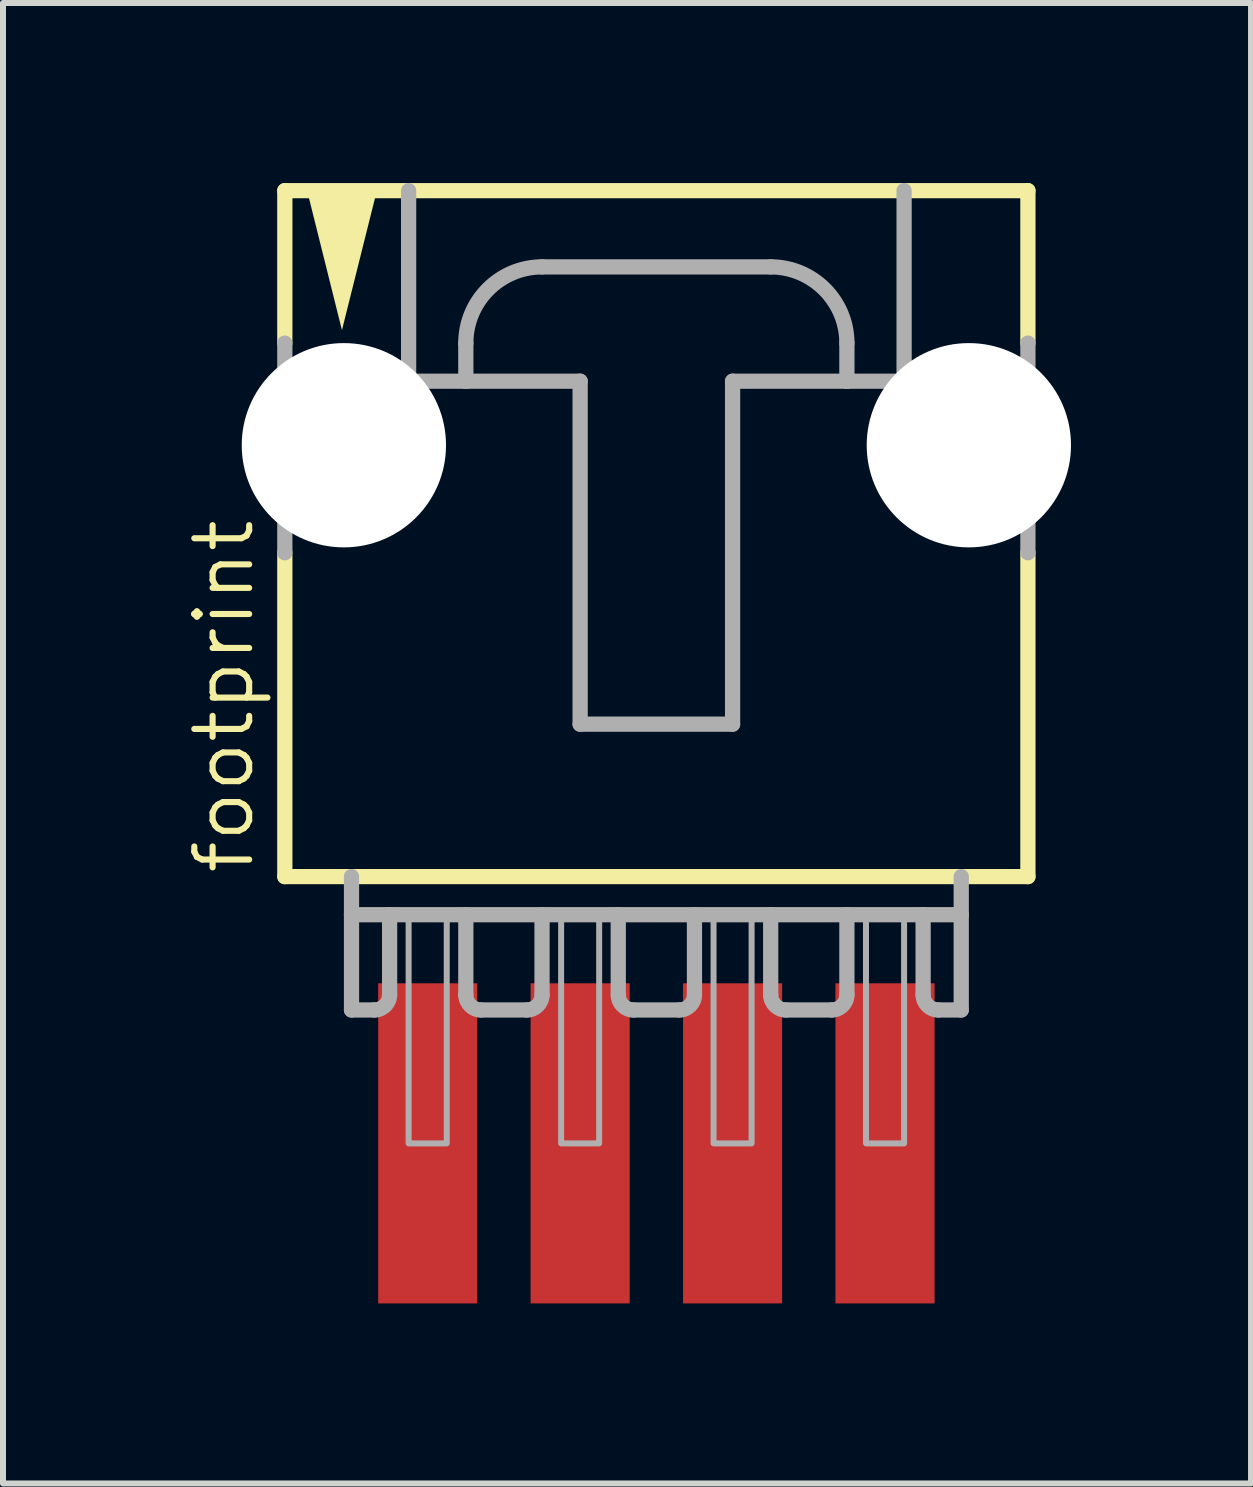
<source format=kicad_pcb>
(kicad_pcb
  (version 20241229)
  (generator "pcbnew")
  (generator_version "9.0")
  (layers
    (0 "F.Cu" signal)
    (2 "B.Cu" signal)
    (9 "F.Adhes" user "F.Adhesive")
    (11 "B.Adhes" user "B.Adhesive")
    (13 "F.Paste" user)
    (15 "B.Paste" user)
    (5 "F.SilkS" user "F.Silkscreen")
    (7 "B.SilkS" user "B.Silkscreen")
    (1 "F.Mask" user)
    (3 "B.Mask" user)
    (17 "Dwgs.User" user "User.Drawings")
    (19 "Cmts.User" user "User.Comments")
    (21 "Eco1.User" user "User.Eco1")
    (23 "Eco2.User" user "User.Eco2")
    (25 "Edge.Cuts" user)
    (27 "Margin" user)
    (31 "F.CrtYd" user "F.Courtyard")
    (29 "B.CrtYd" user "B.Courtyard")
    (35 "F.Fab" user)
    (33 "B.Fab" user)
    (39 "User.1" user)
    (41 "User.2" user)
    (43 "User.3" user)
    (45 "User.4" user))
  (footprint "footprint"
    (layer "F.Cu")
    (at 7.887 5.207)
    (property "Reference" "footprint" (at -6.668 6.35 90) (layer "F.SilkS") (effects (font (size 0.914 0.914) (thickness 0.102)) (justify left bottom)))
    (fp_line (start -6.191 -5.08) (end -6.191 -2.54) (stroke (width 0.254) (type solid)) (layer "F.SilkS"))
    (fp_line (start -6.191 0.953) (end -6.191 6.35) (stroke (width 0.254) (type solid)) (layer "F.SilkS"))
    (fp_line (start -6.191 6.35) (end 6.191 6.35) (stroke (width 0.254) (type solid)) (layer "F.SilkS"))
    (fp_line (start 6.191 -5.08) (end -6.191 -5.08) (stroke (width 0.254) (type solid)) (layer "F.SilkS"))
    (fp_line (start 6.191 -2.54) (end 6.191 -5.08) (stroke (width 0.254) (type solid)) (layer "F.SilkS"))
    (fp_line (start 6.191 6.35) (end 6.191 0.953) (stroke (width 0.254) (type solid)) (layer "F.SilkS"))
    (fp_poly (pts (xy -5.239 -2.756) (xy -5.845 -5.182) (xy -4.632 -5.182)) (stroke (width 0) (type solid)) (fill yes) (layer "F.SilkS"))
    (fp_line (start -6.191 -2.54) (end -6.191 0.953) (stroke (width 0.254) (type solid)) (layer "F.Fab"))
    (fp_line (start -5.08 6.35) (end -5.08 8.572) (stroke (width 0.254) (type solid)) (layer "F.Fab"))
    (fp_line (start -5.08 6.985) (end -4.445 6.985) (stroke (width 0.254) (type solid)) (layer "F.Fab"))
    (fp_line (start -4.699 8.572) (end -5.08 8.572) (stroke (width 0.254) (type solid)) (layer "F.Fab"))
    (fp_line (start -4.445 6.985) (end -4.445 8.319) (stroke (width 0.254) (type solid)) (layer "F.Fab"))
    (fp_line (start -4.445 6.985) (end -3.175 6.985) (stroke (width 0.254) (type solid)) (layer "F.Fab"))
    (fp_line (start -4.128 -5.08) (end -4.128 -1.905) (stroke (width 0.254) (type solid)) (layer "F.Fab"))
    (fp_line (start -4.128 -1.905) (end -3.175 -1.905) (stroke (width 0.254) (type solid)) (layer "F.Fab"))
    (fp_line (start -3.175 -1.905) (end -3.175 -2.54) (stroke (width 0.254) (type solid)) (layer "F.Fab"))
    (fp_line (start -3.175 -1.905) (end -1.27 -1.905) (stroke (width 0.254) (type solid)) (layer "F.Fab"))
    (fp_line (start -3.175 6.985) (end -3.175 8.319) (stroke (width 0.254) (type solid)) (layer "F.Fab"))
    (fp_line (start -3.175 6.985) (end -1.905 6.985) (stroke (width 0.254) (type solid)) (layer "F.Fab"))
    (fp_line (start -2.159 8.572) (end -2.921 8.572) (stroke (width 0.254) (type solid)) (layer "F.Fab"))
    (fp_line (start -1.905 -3.81) (end 1.905 -3.81) (stroke (width 0.254) (type solid)) (layer "F.Fab"))
    (fp_line (start -1.905 6.985) (end -1.905 8.319) (stroke (width 0.254) (type solid)) (layer "F.Fab"))
    (fp_line (start -1.905 6.985) (end -0.635 6.985) (stroke (width 0.254) (type solid)) (layer "F.Fab"))
    (fp_line (start -1.27 -1.905) (end -1.27 3.81) (stroke (width 0.254) (type solid)) (layer "F.Fab"))
    (fp_line (start -1.27 3.81) (end 1.27 3.81) (stroke (width 0.254) (type solid)) (layer "F.Fab"))
    (fp_line (start -0.635 6.985) (end -0.635 8.319) (stroke (width 0.254) (type solid)) (layer "F.Fab"))
    (fp_line (start -0.635 6.985) (end 0.635 6.985) (stroke (width 0.254) (type solid)) (layer "F.Fab"))
    (fp_line (start 0.381 8.572) (end -0.381 8.572) (stroke (width 0.254) (type solid)) (layer "F.Fab"))
    (fp_line (start 0.635 6.985) (end 0.635 8.319) (stroke (width 0.254) (type solid)) (layer "F.Fab"))
    (fp_line (start 0.635 6.985) (end 1.905 6.985) (stroke (width 0.254) (type solid)) (layer "F.Fab"))
    (fp_line (start 1.27 -1.905) (end 3.175 -1.905) (stroke (width 0.254) (type solid)) (layer "F.Fab"))
    (fp_line (start 1.27 3.81) (end 1.27 -1.905) (stroke (width 0.254) (type solid)) (layer "F.Fab"))
    (fp_line (start 1.905 6.985) (end 1.905 8.319) (stroke (width 0.254) (type solid)) (layer "F.Fab"))
    (fp_line (start 1.905 6.985) (end 3.175 6.985) (stroke (width 0.254) (type solid)) (layer "F.Fab"))
    (fp_line (start 2.921 8.572) (end 2.159 8.572) (stroke (width 0.254) (type solid)) (layer "F.Fab"))
    (fp_line (start 3.175 -2.54) (end 3.175 -1.905) (stroke (width 0.254) (type solid)) (layer "F.Fab"))
    (fp_line (start 3.175 -1.905) (end 4.128 -1.905) (stroke (width 0.254) (type solid)) (layer "F.Fab"))
    (fp_line (start 3.175 6.985) (end 3.175 8.319) (stroke (width 0.254) (type solid)) (layer "F.Fab"))
    (fp_line (start 3.175 6.985) (end 4.445 6.985) (stroke (width 0.254) (type solid)) (layer "F.Fab"))
    (fp_line (start 4.128 -1.905) (end 4.128 -5.08) (stroke (width 0.254) (type solid)) (layer "F.Fab"))
    (fp_line (start 4.445 6.985) (end 4.445 8.319) (stroke (width 0.254) (type solid)) (layer "F.Fab"))
    (fp_line (start 4.445 6.985) (end 5.08 6.985) (stroke (width 0.254) (type solid)) (layer "F.Fab"))
    (fp_line (start 4.699 8.572) (end 5.08 8.572) (stroke (width 0.254) (type solid)) (layer "F.Fab"))
    (fp_line (start 5.08 8.572) (end 5.08 6.35) (stroke (width 0.254) (type solid)) (layer "F.Fab"))
    (fp_line (start 6.191 -2.54) (end 6.191 0.953) (stroke (width 0.254) (type solid)) (layer "F.Fab"))
    (fp_arc (start -4.445 8.3185) (mid -4.519395 8.498105) (end -4.699 8.5725) (stroke (width 0.254) (type solid)) (layer "F.Fab"))
    (fp_arc (start -3.175 -2.54) (mid -2.803026 -3.438026) (end -1.905 -3.81) (stroke (width 0.254) (type solid)) (layer "F.Fab"))
    (fp_arc (start -2.921 8.5725) (mid -3.100605 8.498105) (end -3.175 8.3185) (stroke (width 0.254) (type solid)) (layer "F.Fab"))
    (fp_arc (start -1.905 8.3185) (mid -1.979395 8.498105) (end -2.159 8.5725) (stroke (width 0.254) (type solid)) (layer "F.Fab"))
    (fp_arc (start -0.381 8.5725) (mid -0.560605 8.498105) (end -0.635 8.3185) (stroke (width 0.254) (type solid)) (layer "F.Fab"))
    (fp_arc (start 0.635 8.3185) (mid 0.560605 8.498105) (end 0.381 8.5725) (stroke (width 0.254) (type solid)) (layer "F.Fab"))
    (fp_arc (start 1.905 -3.81) (mid 2.803026 -3.438026) (end 3.175 -2.54) (stroke (width 0.254) (type solid)) (layer "F.Fab"))
    (fp_arc (start 2.159 8.5725) (mid 1.979395 8.498105) (end 1.905 8.3185) (stroke (width 0.254) (type solid)) (layer "F.Fab"))
    (fp_arc (start 3.175 8.3185) (mid 3.100605 8.498105) (end 2.921 8.5725) (stroke (width 0.254) (type solid)) (layer "F.Fab"))
    (fp_arc (start 4.699 8.5725) (mid 4.519395 8.498105) (end 4.445 8.3185) (stroke (width 0.254) (type solid)) (layer "F.Fab"))
    (fp_poly (pts (xy -4.128 10.795) (xy -3.493 10.795) (xy -3.493 6.985) (xy -4.128 6.985)) (stroke (width 0.1) (type solid)) (fill no) (layer "F.Fab"))
    (fp_poly (pts (xy -1.587 10.795) (xy -0.953 10.795) (xy -0.953 6.985) (xy -1.587 6.985)) (stroke (width 0.1) (type solid)) (fill no) (layer "F.Fab"))
    (fp_poly (pts (xy 0.953 10.795) (xy 1.587 10.795) (xy 1.587 6.985) (xy 0.953 6.985)) (stroke (width 0.1) (type solid)) (fill no) (layer "F.Fab"))
    (fp_poly (pts (xy 3.493 10.795) (xy 4.128 10.795) (xy 4.128 6.985) (xy 3.493 6.985)) (stroke (width 0.1) (type solid)) (fill no) (layer "F.Fab"))
    (pad "" np_thru_hole circle (at -5.207 -0.838) (size 3.404 3.404) (drill 3.404) (layers "*.Cu" "*.Mask"))
    (pad "" np_thru_hole circle (at 5.207 -0.838) (size 3.404 3.404) (drill 3.404) (layers "*.Cu" "*.Mask"))
    (pad "1" smd rect (at -3.81 10.795 90) (size 5.334 1.651) (layers "F.Cu" "F.Mask" "F.Paste"))
    (pad "2" smd rect (at -1.27 10.795 90) (size 5.334 1.651) (layers "F.Cu" "F.Mask" "F.Paste"))
    (pad "3" smd rect (at 1.27 10.795 90) (size 5.334 1.651) (layers "F.Cu" "F.Mask" "F.Paste"))
    (pad "4" smd rect (at 3.81 10.795 90) (size 5.334 1.651) (layers "F.Cu" "F.Mask" "F.Paste")))
  (gr_rect
    (start -3 -3)
    (end 17.796 21.669)
    (stroke (width 0.1) (type default))
    (fill no)
    (layer "Edge.Cuts")))
</source>
